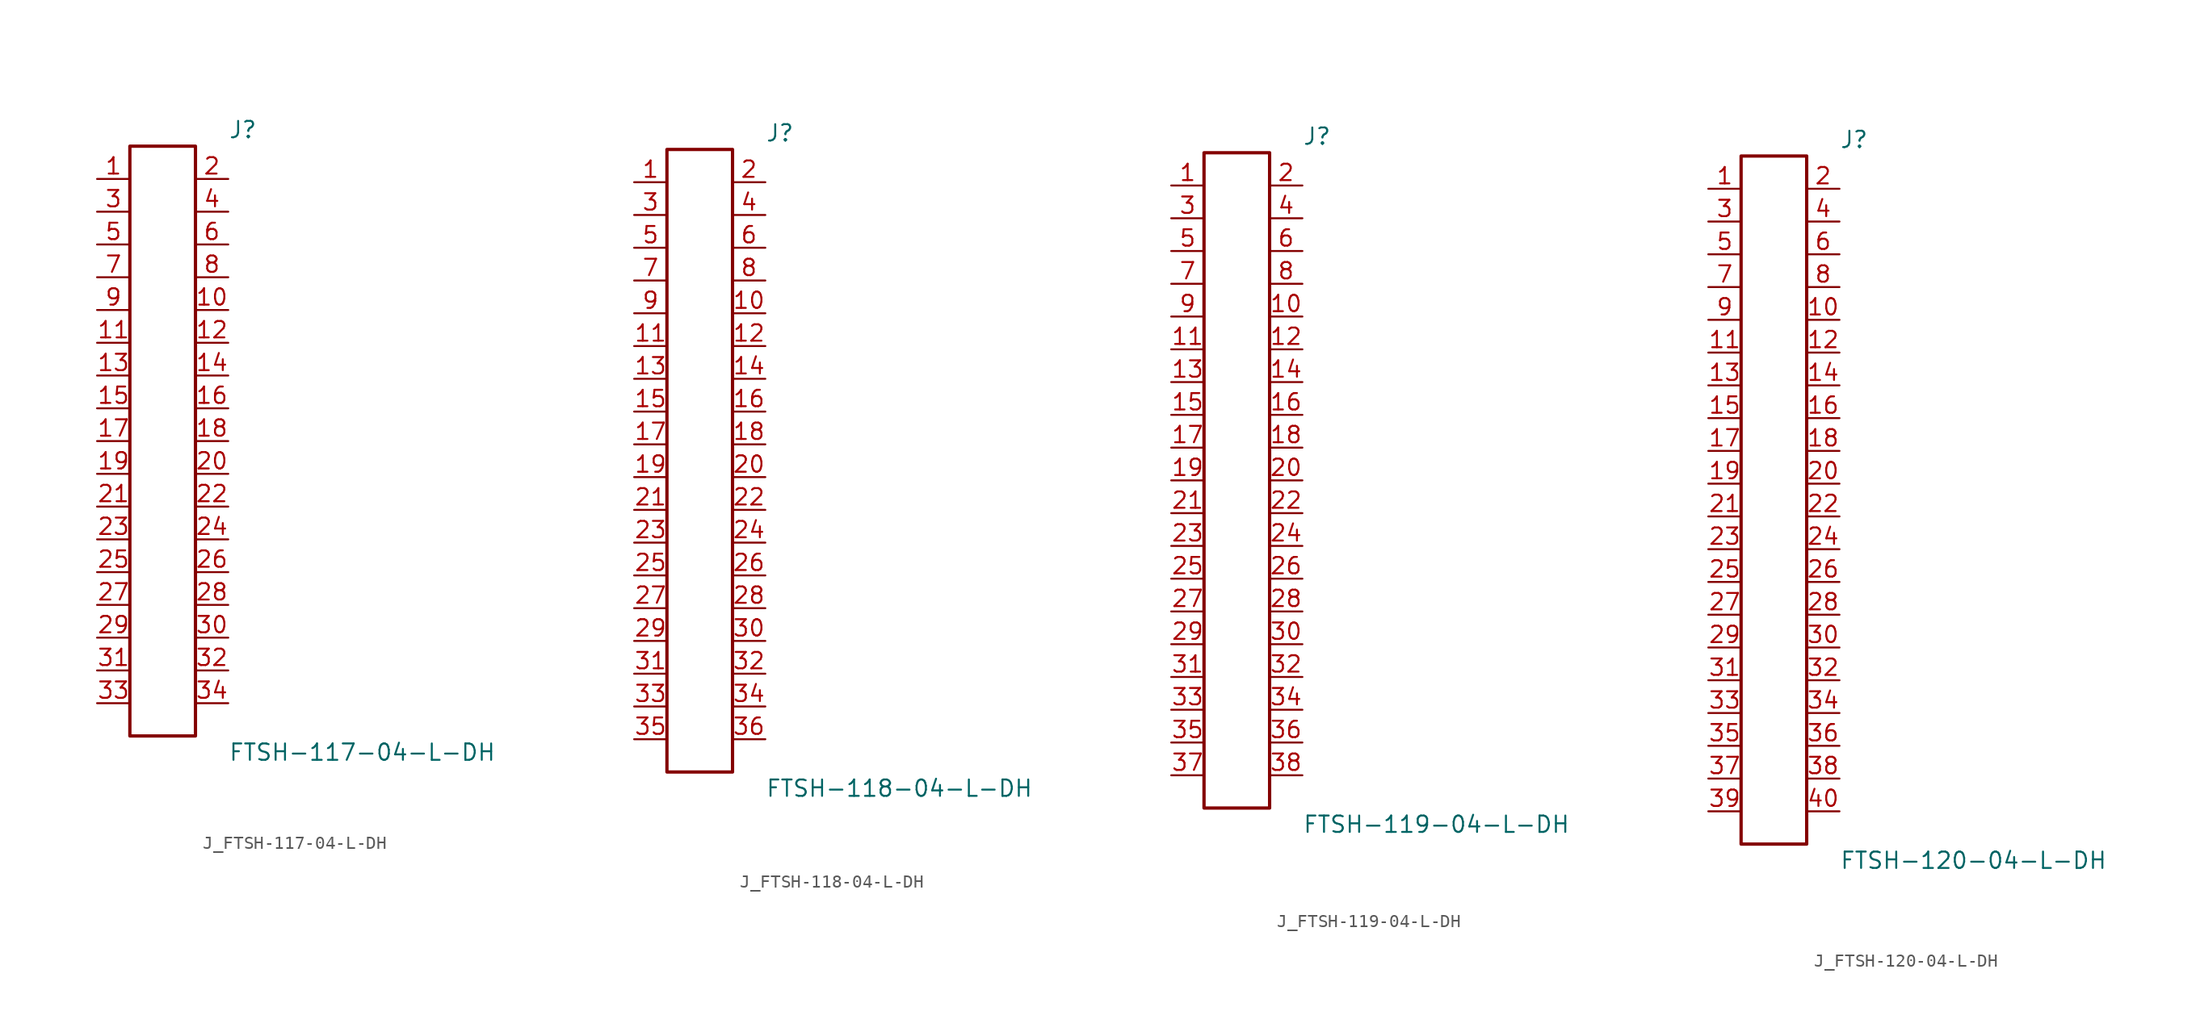
<source format=kicad_sym>
(kicad_symbol_lib
  (version 20231120)
  (generator kicad_symbol_editor)
  (generator_version 8.0)
  (symbol "J_FTSH-117-04-L-DH"
    (pin_names
      (offset 0.254))
    (property "Reference" "J"
      (at 5.08 24.13 0)
      (effects (font (size 1.27 1.27)) (justify left)))
    (property "Value" "FTSH-117-04-L-DH"
      (at 5.08 -24.13 0)
      (effects (font (size 1.27 1.27)) (justify left)))
    (symbol "J_FTSH-117-04-L-DH_0_0"
      (pin unspecified line (at -5.08 20.32 0) (length 2.54) (name "" (effects (font (size 1.27 1.27)))) (number "1" (effects (font (size 1.27 1.27)))))
      (pin unspecified line (at 5.08 20.32 180) (length 2.54) (name "" (effects (font (size 1.27 1.27)))) (number "2" (effects (font (size 1.27 1.27)))))
      (pin unspecified line (at -5.08 17.78 0) (length 2.54) (name "" (effects (font (size 1.27 1.27)))) (number "3" (effects (font (size 1.27 1.27)))))
      (pin unspecified line (at 5.08 17.78 180) (length 2.54) (name "" (effects (font (size 1.27 1.27)))) (number "4" (effects (font (size 1.27 1.27)))))
      (pin unspecified line (at -5.08 15.24 0) (length 2.54) (name "" (effects (font (size 1.27 1.27)))) (number "5" (effects (font (size 1.27 1.27)))))
      (pin unspecified line (at 5.08 15.24 180) (length 2.54) (name "" (effects (font (size 1.27 1.27)))) (number "6" (effects (font (size 1.27 1.27)))))
      (pin unspecified line (at -5.08 12.7 0) (length 2.54) (name "" (effects (font (size 1.27 1.27)))) (number "7" (effects (font (size 1.27 1.27)))))
      (pin unspecified line (at 5.08 12.7 180) (length 2.54) (name "" (effects (font (size 1.27 1.27)))) (number "8" (effects (font (size 1.27 1.27)))))
      (pin unspecified line (at -5.08 10.16 0) (length 2.54) (name "" (effects (font (size 1.27 1.27)))) (number "9" (effects (font (size 1.27 1.27)))))
      (pin unspecified line (at 5.08 10.16 180) (length 2.54) (name "" (effects (font (size 1.27 1.27)))) (number "10" (effects (font (size 1.27 1.27)))))
      (pin unspecified line (at -5.08 7.62 0) (length 2.54) (name "" (effects (font (size 1.27 1.27)))) (number "11" (effects (font (size 1.27 1.27)))))
      (pin unspecified line (at 5.08 7.62 180) (length 2.54) (name "" (effects (font (size 1.27 1.27)))) (number "12" (effects (font (size 1.27 1.27)))))
      (pin unspecified line (at -5.08 5.08 0) (length 2.54) (name "" (effects (font (size 1.27 1.27)))) (number "13" (effects (font (size 1.27 1.27)))))
      (pin unspecified line (at 5.08 5.08 180) (length 2.54) (name "" (effects (font (size 1.27 1.27)))) (number "14" (effects (font (size 1.27 1.27)))))
      (pin unspecified line (at -5.08 2.54 0) (length 2.54) (name "" (effects (font (size 1.27 1.27)))) (number "15" (effects (font (size 1.27 1.27)))))
      (pin unspecified line (at 5.08 2.54 180) (length 2.54) (name "" (effects (font (size 1.27 1.27)))) (number "16" (effects (font (size 1.27 1.27)))))
      (pin unspecified line (at -5.08 0.0 0) (length 2.54) (name "" (effects (font (size 1.27 1.27)))) (number "17" (effects (font (size 1.27 1.27)))))
      (pin unspecified line (at 5.08 0.0 180) (length 2.54) (name "" (effects (font (size 1.27 1.27)))) (number "18" (effects (font (size 1.27 1.27)))))
      (pin unspecified line (at -5.08 -2.54 0) (length 2.54) (name "" (effects (font (size 1.27 1.27)))) (number "19" (effects (font (size 1.27 1.27)))))
      (pin unspecified line (at 5.08 -2.54 180) (length 2.54) (name "" (effects (font (size 1.27 1.27)))) (number "20" (effects (font (size 1.27 1.27)))))
      (pin unspecified line (at -5.08 -5.08 0) (length 2.54) (name "" (effects (font (size 1.27 1.27)))) (number "21" (effects (font (size 1.27 1.27)))))
      (pin unspecified line (at 5.08 -5.08 180) (length 2.54) (name "" (effects (font (size 1.27 1.27)))) (number "22" (effects (font (size 1.27 1.27)))))
      (pin unspecified line (at -5.08 -7.62 0) (length 2.54) (name "" (effects (font (size 1.27 1.27)))) (number "23" (effects (font (size 1.27 1.27)))))
      (pin unspecified line (at 5.08 -7.62 180) (length 2.54) (name "" (effects (font (size 1.27 1.27)))) (number "24" (effects (font (size 1.27 1.27)))))
      (pin unspecified line (at -5.08 -10.16 0) (length 2.54) (name "" (effects (font (size 1.27 1.27)))) (number "25" (effects (font (size 1.27 1.27)))))
      (pin unspecified line (at 5.08 -10.16 180) (length 2.54) (name "" (effects (font (size 1.27 1.27)))) (number "26" (effects (font (size 1.27 1.27)))))
      (pin unspecified line (at -5.08 -12.7 0) (length 2.54) (name "" (effects (font (size 1.27 1.27)))) (number "27" (effects (font (size 1.27 1.27)))))
      (pin unspecified line (at 5.08 -12.7 180) (length 2.54) (name "" (effects (font (size 1.27 1.27)))) (number "28" (effects (font (size 1.27 1.27)))))
      (pin unspecified line (at -5.08 -15.24 0) (length 2.54) (name "" (effects (font (size 1.27 1.27)))) (number "29" (effects (font (size 1.27 1.27)))))
      (pin unspecified line (at 5.08 -15.24 180) (length 2.54) (name "" (effects (font (size 1.27 1.27)))) (number "30" (effects (font (size 1.27 1.27)))))
      (pin unspecified line (at -5.08 -17.78 0) (length 2.54) (name "" (effects (font (size 1.27 1.27)))) (number "31" (effects (font (size 1.27 1.27)))))
      (pin unspecified line (at 5.08 -17.78 180) (length 2.54) (name "" (effects (font (size 1.27 1.27)))) (number "32" (effects (font (size 1.27 1.27)))))
      (pin unspecified line (at -5.08 -20.32 0) (length 2.54) (name "" (effects (font (size 1.27 1.27)))) (number "33" (effects (font (size 1.27 1.27)))))
      (pin unspecified line (at 5.08 -20.32 180) (length 2.54) (name "" (effects (font (size 1.27 1.27)))) (number "34" (effects (font (size 1.27 1.27))))))
    (symbol "J_FTSH-117-04-L-DH_1_0"
      (rectangle (start -2.54 22.86) (end 2.54 -22.86) (stroke (width 0.254) (type solid)) (fill (type none)))))
  (symbol "J_FTSH-118-04-L-DH"
    (pin_names
      (offset 0.254))
    (property "Reference" "J"
      (at 5.08 25.4 0)
      (effects (font (size 1.27 1.27)) (justify left)))
    (property "Value" "FTSH-118-04-L-DH"
      (at 5.08 -25.4 0)
      (effects (font (size 1.27 1.27)) (justify left)))
    (symbol "J_FTSH-118-04-L-DH_0_0"
      (pin unspecified line (at -5.08 21.59 0) (length 2.54) (name "" (effects (font (size 1.27 1.27)))) (number "1" (effects (font (size 1.27 1.27)))))
      (pin unspecified line (at 5.08 21.59 180) (length 2.54) (name "" (effects (font (size 1.27 1.27)))) (number "2" (effects (font (size 1.27 1.27)))))
      (pin unspecified line (at -5.08 19.05 0) (length 2.54) (name "" (effects (font (size 1.27 1.27)))) (number "3" (effects (font (size 1.27 1.27)))))
      (pin unspecified line (at 5.08 19.05 180) (length 2.54) (name "" (effects (font (size 1.27 1.27)))) (number "4" (effects (font (size 1.27 1.27)))))
      (pin unspecified line (at -5.08 16.51 0) (length 2.54) (name "" (effects (font (size 1.27 1.27)))) (number "5" (effects (font (size 1.27 1.27)))))
      (pin unspecified line (at 5.08 16.51 180) (length 2.54) (name "" (effects (font (size 1.27 1.27)))) (number "6" (effects (font (size 1.27 1.27)))))
      (pin unspecified line (at -5.08 13.97 0) (length 2.54) (name "" (effects (font (size 1.27 1.27)))) (number "7" (effects (font (size 1.27 1.27)))))
      (pin unspecified line (at 5.08 13.97 180) (length 2.54) (name "" (effects (font (size 1.27 1.27)))) (number "8" (effects (font (size 1.27 1.27)))))
      (pin unspecified line (at -5.08 11.43 0) (length 2.54) (name "" (effects (font (size 1.27 1.27)))) (number "9" (effects (font (size 1.27 1.27)))))
      (pin unspecified line (at 5.08 11.43 180) (length 2.54) (name "" (effects (font (size 1.27 1.27)))) (number "10" (effects (font (size 1.27 1.27)))))
      (pin unspecified line (at -5.08 8.89 0) (length 2.54) (name "" (effects (font (size 1.27 1.27)))) (number "11" (effects (font (size 1.27 1.27)))))
      (pin unspecified line (at 5.08 8.89 180) (length 2.54) (name "" (effects (font (size 1.27 1.27)))) (number "12" (effects (font (size 1.27 1.27)))))
      (pin unspecified line (at -5.08 6.35 0) (length 2.54) (name "" (effects (font (size 1.27 1.27)))) (number "13" (effects (font (size 1.27 1.27)))))
      (pin unspecified line (at 5.08 6.35 180) (length 2.54) (name "" (effects (font (size 1.27 1.27)))) (number "14" (effects (font (size 1.27 1.27)))))
      (pin unspecified line (at -5.08 3.81 0) (length 2.54) (name "" (effects (font (size 1.27 1.27)))) (number "15" (effects (font (size 1.27 1.27)))))
      (pin unspecified line (at 5.08 3.81 180) (length 2.54) (name "" (effects (font (size 1.27 1.27)))) (number "16" (effects (font (size 1.27 1.27)))))
      (pin unspecified line (at -5.08 1.27 0) (length 2.54) (name "" (effects (font (size 1.27 1.27)))) (number "17" (effects (font (size 1.27 1.27)))))
      (pin unspecified line (at 5.08 1.27 180) (length 2.54) (name "" (effects (font (size 1.27 1.27)))) (number "18" (effects (font (size 1.27 1.27)))))
      (pin unspecified line (at -5.08 -1.27 0) (length 2.54) (name "" (effects (font (size 1.27 1.27)))) (number "19" (effects (font (size 1.27 1.27)))))
      (pin unspecified line (at 5.08 -1.27 180) (length 2.54) (name "" (effects (font (size 1.27 1.27)))) (number "20" (effects (font (size 1.27 1.27)))))
      (pin unspecified line (at -5.08 -3.81 0) (length 2.54) (name "" (effects (font (size 1.27 1.27)))) (number "21" (effects (font (size 1.27 1.27)))))
      (pin unspecified line (at 5.08 -3.81 180) (length 2.54) (name "" (effects (font (size 1.27 1.27)))) (number "22" (effects (font (size 1.27 1.27)))))
      (pin unspecified line (at -5.08 -6.35 0) (length 2.54) (name "" (effects (font (size 1.27 1.27)))) (number "23" (effects (font (size 1.27 1.27)))))
      (pin unspecified line (at 5.08 -6.35 180) (length 2.54) (name "" (effects (font (size 1.27 1.27)))) (number "24" (effects (font (size 1.27 1.27)))))
      (pin unspecified line (at -5.08 -8.89 0) (length 2.54) (name "" (effects (font (size 1.27 1.27)))) (number "25" (effects (font (size 1.27 1.27)))))
      (pin unspecified line (at 5.08 -8.89 180) (length 2.54) (name "" (effects (font (size 1.27 1.27)))) (number "26" (effects (font (size 1.27 1.27)))))
      (pin unspecified line (at -5.08 -11.43 0) (length 2.54) (name "" (effects (font (size 1.27 1.27)))) (number "27" (effects (font (size 1.27 1.27)))))
      (pin unspecified line (at 5.08 -11.43 180) (length 2.54) (name "" (effects (font (size 1.27 1.27)))) (number "28" (effects (font (size 1.27 1.27)))))
      (pin unspecified line (at -5.08 -13.97 0) (length 2.54) (name "" (effects (font (size 1.27 1.27)))) (number "29" (effects (font (size 1.27 1.27)))))
      (pin unspecified line (at 5.08 -13.97 180) (length 2.54) (name "" (effects (font (size 1.27 1.27)))) (number "30" (effects (font (size 1.27 1.27)))))
      (pin unspecified line (at -5.08 -16.51 0) (length 2.54) (name "" (effects (font (size 1.27 1.27)))) (number "31" (effects (font (size 1.27 1.27)))))
      (pin unspecified line (at 5.08 -16.51 180) (length 2.54) (name "" (effects (font (size 1.27 1.27)))) (number "32" (effects (font (size 1.27 1.27)))))
      (pin unspecified line (at -5.08 -19.05 0) (length 2.54) (name "" (effects (font (size 1.27 1.27)))) (number "33" (effects (font (size 1.27 1.27)))))
      (pin unspecified line (at 5.08 -19.05 180) (length 2.54) (name "" (effects (font (size 1.27 1.27)))) (number "34" (effects (font (size 1.27 1.27)))))
      (pin unspecified line (at -5.08 -21.59 0) (length 2.54) (name "" (effects (font (size 1.27 1.27)))) (number "35" (effects (font (size 1.27 1.27)))))
      (pin unspecified line (at 5.08 -21.59 180) (length 2.54) (name "" (effects (font (size 1.27 1.27)))) (number "36" (effects (font (size 1.27 1.27))))))
    (symbol "J_FTSH-118-04-L-DH_1_0"
      (rectangle (start -2.54 24.13) (end 2.54 -24.13) (stroke (width 0.254) (type solid)) (fill (type none)))))
  (symbol "J_FTSH-119-04-L-DH"
    (pin_names
      (offset 0.254))
    (property "Reference" "J"
      (at 5.08 26.67 0)
      (effects (font (size 1.27 1.27)) (justify left)))
    (property "Value" "FTSH-119-04-L-DH"
      (at 5.08 -26.67 0)
      (effects (font (size 1.27 1.27)) (justify left)))
    (symbol "J_FTSH-119-04-L-DH_0_0"
      (pin unspecified line (at -5.08 22.86 0) (length 2.54) (name "" (effects (font (size 1.27 1.27)))) (number "1" (effects (font (size 1.27 1.27)))))
      (pin unspecified line (at 5.08 22.86 180) (length 2.54) (name "" (effects (font (size 1.27 1.27)))) (number "2" (effects (font (size 1.27 1.27)))))
      (pin unspecified line (at -5.08 20.32 0) (length 2.54) (name "" (effects (font (size 1.27 1.27)))) (number "3" (effects (font (size 1.27 1.27)))))
      (pin unspecified line (at 5.08 20.32 180) (length 2.54) (name "" (effects (font (size 1.27 1.27)))) (number "4" (effects (font (size 1.27 1.27)))))
      (pin unspecified line (at -5.08 17.78 0) (length 2.54) (name "" (effects (font (size 1.27 1.27)))) (number "5" (effects (font (size 1.27 1.27)))))
      (pin unspecified line (at 5.08 17.78 180) (length 2.54) (name "" (effects (font (size 1.27 1.27)))) (number "6" (effects (font (size 1.27 1.27)))))
      (pin unspecified line (at -5.08 15.24 0) (length 2.54) (name "" (effects (font (size 1.27 1.27)))) (number "7" (effects (font (size 1.27 1.27)))))
      (pin unspecified line (at 5.08 15.24 180) (length 2.54) (name "" (effects (font (size 1.27 1.27)))) (number "8" (effects (font (size 1.27 1.27)))))
      (pin unspecified line (at -5.08 12.7 0) (length 2.54) (name "" (effects (font (size 1.27 1.27)))) (number "9" (effects (font (size 1.27 1.27)))))
      (pin unspecified line (at 5.08 12.7 180) (length 2.54) (name "" (effects (font (size 1.27 1.27)))) (number "10" (effects (font (size 1.27 1.27)))))
      (pin unspecified line (at -5.08 10.16 0) (length 2.54) (name "" (effects (font (size 1.27 1.27)))) (number "11" (effects (font (size 1.27 1.27)))))
      (pin unspecified line (at 5.08 10.16 180) (length 2.54) (name "" (effects (font (size 1.27 1.27)))) (number "12" (effects (font (size 1.27 1.27)))))
      (pin unspecified line (at -5.08 7.62 0) (length 2.54) (name "" (effects (font (size 1.27 1.27)))) (number "13" (effects (font (size 1.27 1.27)))))
      (pin unspecified line (at 5.08 7.62 180) (length 2.54) (name "" (effects (font (size 1.27 1.27)))) (number "14" (effects (font (size 1.27 1.27)))))
      (pin unspecified line (at -5.08 5.08 0) (length 2.54) (name "" (effects (font (size 1.27 1.27)))) (number "15" (effects (font (size 1.27 1.27)))))
      (pin unspecified line (at 5.08 5.08 180) (length 2.54) (name "" (effects (font (size 1.27 1.27)))) (number "16" (effects (font (size 1.27 1.27)))))
      (pin unspecified line (at -5.08 2.54 0) (length 2.54) (name "" (effects (font (size 1.27 1.27)))) (number "17" (effects (font (size 1.27 1.27)))))
      (pin unspecified line (at 5.08 2.54 180) (length 2.54) (name "" (effects (font (size 1.27 1.27)))) (number "18" (effects (font (size 1.27 1.27)))))
      (pin unspecified line (at -5.08 0.0 0) (length 2.54) (name "" (effects (font (size 1.27 1.27)))) (number "19" (effects (font (size 1.27 1.27)))))
      (pin unspecified line (at 5.08 0.0 180) (length 2.54) (name "" (effects (font (size 1.27 1.27)))) (number "20" (effects (font (size 1.27 1.27)))))
      (pin unspecified line (at -5.08 -2.54 0) (length 2.54) (name "" (effects (font (size 1.27 1.27)))) (number "21" (effects (font (size 1.27 1.27)))))
      (pin unspecified line (at 5.08 -2.54 180) (length 2.54) (name "" (effects (font (size 1.27 1.27)))) (number "22" (effects (font (size 1.27 1.27)))))
      (pin unspecified line (at -5.08 -5.08 0) (length 2.54) (name "" (effects (font (size 1.27 1.27)))) (number "23" (effects (font (size 1.27 1.27)))))
      (pin unspecified line (at 5.08 -5.08 180) (length 2.54) (name "" (effects (font (size 1.27 1.27)))) (number "24" (effects (font (size 1.27 1.27)))))
      (pin unspecified line (at -5.08 -7.62 0) (length 2.54) (name "" (effects (font (size 1.27 1.27)))) (number "25" (effects (font (size 1.27 1.27)))))
      (pin unspecified line (at 5.08 -7.62 180) (length 2.54) (name "" (effects (font (size 1.27 1.27)))) (number "26" (effects (font (size 1.27 1.27)))))
      (pin unspecified line (at -5.08 -10.16 0) (length 2.54) (name "" (effects (font (size 1.27 1.27)))) (number "27" (effects (font (size 1.27 1.27)))))
      (pin unspecified line (at 5.08 -10.16 180) (length 2.54) (name "" (effects (font (size 1.27 1.27)))) (number "28" (effects (font (size 1.27 1.27)))))
      (pin unspecified line (at -5.08 -12.7 0) (length 2.54) (name "" (effects (font (size 1.27 1.27)))) (number "29" (effects (font (size 1.27 1.27)))))
      (pin unspecified line (at 5.08 -12.7 180) (length 2.54) (name "" (effects (font (size 1.27 1.27)))) (number "30" (effects (font (size 1.27 1.27)))))
      (pin unspecified line (at -5.08 -15.24 0) (length 2.54) (name "" (effects (font (size 1.27 1.27)))) (number "31" (effects (font (size 1.27 1.27)))))
      (pin unspecified line (at 5.08 -15.24 180) (length 2.54) (name "" (effects (font (size 1.27 1.27)))) (number "32" (effects (font (size 1.27 1.27)))))
      (pin unspecified line (at -5.08 -17.78 0) (length 2.54) (name "" (effects (font (size 1.27 1.27)))) (number "33" (effects (font (size 1.27 1.27)))))
      (pin unspecified line (at 5.08 -17.78 180) (length 2.54) (name "" (effects (font (size 1.27 1.27)))) (number "34" (effects (font (size 1.27 1.27)))))
      (pin unspecified line (at -5.08 -20.32 0) (length 2.54) (name "" (effects (font (size 1.27 1.27)))) (number "35" (effects (font (size 1.27 1.27)))))
      (pin unspecified line (at 5.08 -20.32 180) (length 2.54) (name "" (effects (font (size 1.27 1.27)))) (number "36" (effects (font (size 1.27 1.27)))))
      (pin unspecified line (at -5.08 -22.86 0) (length 2.54) (name "" (effects (font (size 1.27 1.27)))) (number "37" (effects (font (size 1.27 1.27)))))
      (pin unspecified line (at 5.08 -22.86 180) (length 2.54) (name "" (effects (font (size 1.27 1.27)))) (number "38" (effects (font (size 1.27 1.27))))))
    (symbol "J_FTSH-119-04-L-DH_1_0"
      (rectangle (start -2.54 25.4) (end 2.54 -25.4) (stroke (width 0.254) (type solid)) (fill (type none)))))
  (symbol "J_FTSH-120-04-L-DH"
    (pin_names
      (offset 0.254))
    (property "Reference" "J"
      (at 5.08 27.94 0)
      (effects (font (size 1.27 1.27)) (justify left)))
    (property "Value" "FTSH-120-04-L-DH"
      (at 5.08 -27.94 0)
      (effects (font (size 1.27 1.27)) (justify left)))
    (symbol "J_FTSH-120-04-L-DH_0_0"
      (pin unspecified line (at -5.08 24.13 0) (length 2.54) (name "" (effects (font (size 1.27 1.27)))) (number "1" (effects (font (size 1.27 1.27)))))
      (pin unspecified line (at 5.08 24.13 180) (length 2.54) (name "" (effects (font (size 1.27 1.27)))) (number "2" (effects (font (size 1.27 1.27)))))
      (pin unspecified line (at -5.08 21.59 0) (length 2.54) (name "" (effects (font (size 1.27 1.27)))) (number "3" (effects (font (size 1.27 1.27)))))
      (pin unspecified line (at 5.08 21.59 180) (length 2.54) (name "" (effects (font (size 1.27 1.27)))) (number "4" (effects (font (size 1.27 1.27)))))
      (pin unspecified line (at -5.08 19.05 0) (length 2.54) (name "" (effects (font (size 1.27 1.27)))) (number "5" (effects (font (size 1.27 1.27)))))
      (pin unspecified line (at 5.08 19.05 180) (length 2.54) (name "" (effects (font (size 1.27 1.27)))) (number "6" (effects (font (size 1.27 1.27)))))
      (pin unspecified line (at -5.08 16.51 0) (length 2.54) (name "" (effects (font (size 1.27 1.27)))) (number "7" (effects (font (size 1.27 1.27)))))
      (pin unspecified line (at 5.08 16.51 180) (length 2.54) (name "" (effects (font (size 1.27 1.27)))) (number "8" (effects (font (size 1.27 1.27)))))
      (pin unspecified line (at -5.08 13.97 0) (length 2.54) (name "" (effects (font (size 1.27 1.27)))) (number "9" (effects (font (size 1.27 1.27)))))
      (pin unspecified line (at 5.08 13.97 180) (length 2.54) (name "" (effects (font (size 1.27 1.27)))) (number "10" (effects (font (size 1.27 1.27)))))
      (pin unspecified line (at -5.08 11.43 0) (length 2.54) (name "" (effects (font (size 1.27 1.27)))) (number "11" (effects (font (size 1.27 1.27)))))
      (pin unspecified line (at 5.08 11.43 180) (length 2.54) (name "" (effects (font (size 1.27 1.27)))) (number "12" (effects (font (size 1.27 1.27)))))
      (pin unspecified line (at -5.08 8.89 0) (length 2.54) (name "" (effects (font (size 1.27 1.27)))) (number "13" (effects (font (size 1.27 1.27)))))
      (pin unspecified line (at 5.08 8.89 180) (length 2.54) (name "" (effects (font (size 1.27 1.27)))) (number "14" (effects (font (size 1.27 1.27)))))
      (pin unspecified line (at -5.08 6.35 0) (length 2.54) (name "" (effects (font (size 1.27 1.27)))) (number "15" (effects (font (size 1.27 1.27)))))
      (pin unspecified line (at 5.08 6.35 180) (length 2.54) (name "" (effects (font (size 1.27 1.27)))) (number "16" (effects (font (size 1.27 1.27)))))
      (pin unspecified line (at -5.08 3.81 0) (length 2.54) (name "" (effects (font (size 1.27 1.27)))) (number "17" (effects (font (size 1.27 1.27)))))
      (pin unspecified line (at 5.08 3.81 180) (length 2.54) (name "" (effects (font (size 1.27 1.27)))) (number "18" (effects (font (size 1.27 1.27)))))
      (pin unspecified line (at -5.08 1.27 0) (length 2.54) (name "" (effects (font (size 1.27 1.27)))) (number "19" (effects (font (size 1.27 1.27)))))
      (pin unspecified line (at 5.08 1.27 180) (length 2.54) (name "" (effects (font (size 1.27 1.27)))) (number "20" (effects (font (size 1.27 1.27)))))
      (pin unspecified line (at -5.08 -1.27 0) (length 2.54) (name "" (effects (font (size 1.27 1.27)))) (number "21" (effects (font (size 1.27 1.27)))))
      (pin unspecified line (at 5.08 -1.27 180) (length 2.54) (name "" (effects (font (size 1.27 1.27)))) (number "22" (effects (font (size 1.27 1.27)))))
      (pin unspecified line (at -5.08 -3.81 0) (length 2.54) (name "" (effects (font (size 1.27 1.27)))) (number "23" (effects (font (size 1.27 1.27)))))
      (pin unspecified line (at 5.08 -3.81 180) (length 2.54) (name "" (effects (font (size 1.27 1.27)))) (number "24" (effects (font (size 1.27 1.27)))))
      (pin unspecified line (at -5.08 -6.35 0) (length 2.54) (name "" (effects (font (size 1.27 1.27)))) (number "25" (effects (font (size 1.27 1.27)))))
      (pin unspecified line (at 5.08 -6.35 180) (length 2.54) (name "" (effects (font (size 1.27 1.27)))) (number "26" (effects (font (size 1.27 1.27)))))
      (pin unspecified line (at -5.08 -8.89 0) (length 2.54) (name "" (effects (font (size 1.27 1.27)))) (number "27" (effects (font (size 1.27 1.27)))))
      (pin unspecified line (at 5.08 -8.89 180) (length 2.54) (name "" (effects (font (size 1.27 1.27)))) (number "28" (effects (font (size 1.27 1.27)))))
      (pin unspecified line (at -5.08 -11.43 0) (length 2.54) (name "" (effects (font (size 1.27 1.27)))) (number "29" (effects (font (size 1.27 1.27)))))
      (pin unspecified line (at 5.08 -11.43 180) (length 2.54) (name "" (effects (font (size 1.27 1.27)))) (number "30" (effects (font (size 1.27 1.27)))))
      (pin unspecified line (at -5.08 -13.97 0) (length 2.54) (name "" (effects (font (size 1.27 1.27)))) (number "31" (effects (font (size 1.27 1.27)))))
      (pin unspecified line (at 5.08 -13.97 180) (length 2.54) (name "" (effects (font (size 1.27 1.27)))) (number "32" (effects (font (size 1.27 1.27)))))
      (pin unspecified line (at -5.08 -16.51 0) (length 2.54) (name "" (effects (font (size 1.27 1.27)))) (number "33" (effects (font (size 1.27 1.27)))))
      (pin unspecified line (at 5.08 -16.51 180) (length 2.54) (name "" (effects (font (size 1.27 1.27)))) (number "34" (effects (font (size 1.27 1.27)))))
      (pin unspecified line (at -5.08 -19.05 0) (length 2.54) (name "" (effects (font (size 1.27 1.27)))) (number "35" (effects (font (size 1.27 1.27)))))
      (pin unspecified line (at 5.08 -19.05 180) (length 2.54) (name "" (effects (font (size 1.27 1.27)))) (number "36" (effects (font (size 1.27 1.27)))))
      (pin unspecified line (at -5.08 -21.59 0) (length 2.54) (name "" (effects (font (size 1.27 1.27)))) (number "37" (effects (font (size 1.27 1.27)))))
      (pin unspecified line (at 5.08 -21.59 180) (length 2.54) (name "" (effects (font (size 1.27 1.27)))) (number "38" (effects (font (size 1.27 1.27)))))
      (pin unspecified line (at -5.08 -24.13 0) (length 2.54) (name "" (effects (font (size 1.27 1.27)))) (number "39" (effects (font (size 1.27 1.27)))))
      (pin unspecified line (at 5.08 -24.13 180) (length 2.54) (name "" (effects (font (size 1.27 1.27)))) (number "40" (effects (font (size 1.27 1.27))))))
    (symbol "J_FTSH-120-04-L-DH_1_0"
      (rectangle (start -2.54 26.67) (end 2.54 -26.67) (stroke (width 0.254) (type solid)) (fill (type none))))))
</source>
